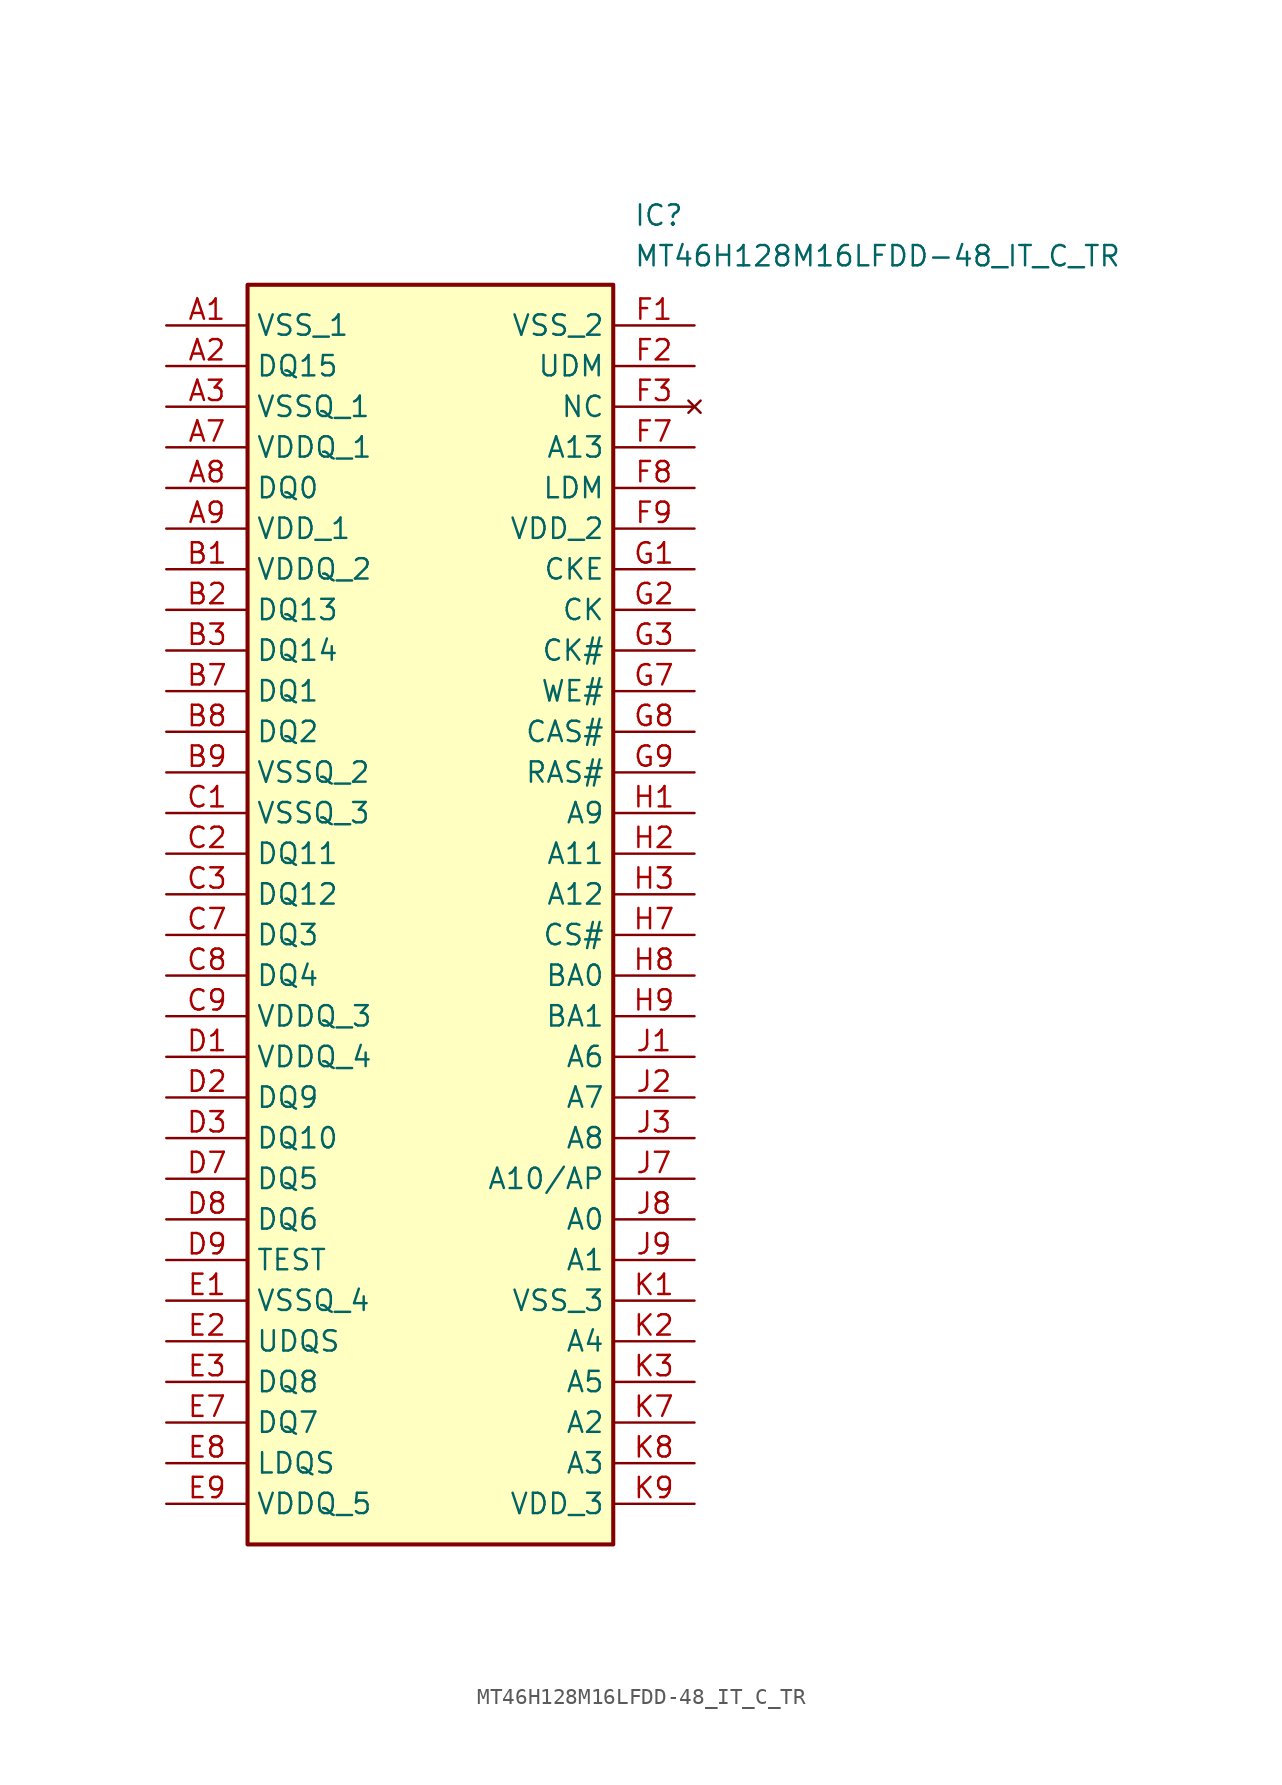
<source format=kicad_sym>
(kicad_symbol_lib
  (version 20211014)
  (generator SamacSys_ECAD_Model)
  (symbol "MT46H128M16LFDD-48_IT_C_TR"
    (property "Reference" "IC"
      (at 29.21 7.62 0)
      (effects (font (size 1.27 1.27)) (justify left top)))
    (property "Value" "MT46H128M16LFDD-48_IT_C_TR"
      (at 29.21 5.08 0)
      (effects (font (size 1.27 1.27)) (justify left top)))
    (rectangle
      (start 5.08 2.54)
      (end 27.94 -76.2)
      (stroke (width 0.254) (type default))
      (fill (type background)))
    (pin passive line
      (at 0 0 0)
      (length 5.08)
      (name "VSS_1" (effects (font (size 1.27 1.27))))
      (number "A1" (effects (font (size 1.27 1.27)))))
    (pin passive line
      (at 0 -2.54 0)
      (length 5.08)
      (name "DQ15" (effects (font (size 1.27 1.27))))
      (number "A2" (effects (font (size 1.27 1.27)))))
    (pin passive line
      (at 0 -5.08 0)
      (length 5.08)
      (name "VSSQ_1" (effects (font (size 1.27 1.27))))
      (number "A3" (effects (font (size 1.27 1.27)))))
    (pin passive line
      (at 0 -7.62 0)
      (length 5.08)
      (name "VDDQ_1" (effects (font (size 1.27 1.27))))
      (number "A7" (effects (font (size 1.27 1.27)))))
    (pin passive line
      (at 0 -10.16 0)
      (length 5.08)
      (name "DQ0" (effects (font (size 1.27 1.27))))
      (number "A8" (effects (font (size 1.27 1.27)))))
    (pin passive line
      (at 0 -12.7 0)
      (length 5.08)
      (name "VDD_1" (effects (font (size 1.27 1.27))))
      (number "A9" (effects (font (size 1.27 1.27)))))
    (pin passive line
      (at 0 -15.24 0)
      (length 5.08)
      (name "VDDQ_2" (effects (font (size 1.27 1.27))))
      (number "B1" (effects (font (size 1.27 1.27)))))
    (pin passive line
      (at 0 -17.78 0)
      (length 5.08)
      (name "DQ13" (effects (font (size 1.27 1.27))))
      (number "B2" (effects (font (size 1.27 1.27)))))
    (pin passive line
      (at 0 -20.32 0)
      (length 5.08)
      (name "DQ14" (effects (font (size 1.27 1.27))))
      (number "B3" (effects (font (size 1.27 1.27)))))
    (pin passive line
      (at 0 -22.86 0)
      (length 5.08)
      (name "DQ1" (effects (font (size 1.27 1.27))))
      (number "B7" (effects (font (size 1.27 1.27)))))
    (pin passive line
      (at 0 -25.4 0)
      (length 5.08)
      (name "DQ2" (effects (font (size 1.27 1.27))))
      (number "B8" (effects (font (size 1.27 1.27)))))
    (pin passive line
      (at 0 -27.94 0)
      (length 5.08)
      (name "VSSQ_2" (effects (font (size 1.27 1.27))))
      (number "B9" (effects (font (size 1.27 1.27)))))
    (pin passive line
      (at 0 -30.48 0)
      (length 5.08)
      (name "VSSQ_3" (effects (font (size 1.27 1.27))))
      (number "C1" (effects (font (size 1.27 1.27)))))
    (pin passive line
      (at 0 -33.02 0)
      (length 5.08)
      (name "DQ11" (effects (font (size 1.27 1.27))))
      (number "C2" (effects (font (size 1.27 1.27)))))
    (pin passive line
      (at 0 -35.56 0)
      (length 5.08)
      (name "DQ12" (effects (font (size 1.27 1.27))))
      (number "C3" (effects (font (size 1.27 1.27)))))
    (pin passive line
      (at 0 -38.1 0)
      (length 5.08)
      (name "DQ3" (effects (font (size 1.27 1.27))))
      (number "C7" (effects (font (size 1.27 1.27)))))
    (pin passive line
      (at 0 -40.64 0)
      (length 5.08)
      (name "DQ4" (effects (font (size 1.27 1.27))))
      (number "C8" (effects (font (size 1.27 1.27)))))
    (pin passive line
      (at 0 -43.18 0)
      (length 5.08)
      (name "VDDQ_3" (effects (font (size 1.27 1.27))))
      (number "C9" (effects (font (size 1.27 1.27)))))
    (pin passive line
      (at 0 -45.72 0)
      (length 5.08)
      (name "VDDQ_4" (effects (font (size 1.27 1.27))))
      (number "D1" (effects (font (size 1.27 1.27)))))
    (pin passive line
      (at 0 -48.26 0)
      (length 5.08)
      (name "DQ9" (effects (font (size 1.27 1.27))))
      (number "D2" (effects (font (size 1.27 1.27)))))
    (pin passive line
      (at 0 -50.8 0)
      (length 5.08)
      (name "DQ10" (effects (font (size 1.27 1.27))))
      (number "D3" (effects (font (size 1.27 1.27)))))
    (pin passive line
      (at 0 -53.34 0)
      (length 5.08)
      (name "DQ5" (effects (font (size 1.27 1.27))))
      (number "D7" (effects (font (size 1.27 1.27)))))
    (pin passive line
      (at 0 -55.88 0)
      (length 5.08)
      (name "DQ6" (effects (font (size 1.27 1.27))))
      (number "D8" (effects (font (size 1.27 1.27)))))
    (pin passive line
      (at 0 -58.42 0)
      (length 5.08)
      (name "TEST" (effects (font (size 1.27 1.27))))
      (number "D9" (effects (font (size 1.27 1.27)))))
    (pin passive line
      (at 0 -60.96 0)
      (length 5.08)
      (name "VSSQ_4" (effects (font (size 1.27 1.27))))
      (number "E1" (effects (font (size 1.27 1.27)))))
    (pin passive line
      (at 0 -63.5 0)
      (length 5.08)
      (name "UDQS" (effects (font (size 1.27 1.27))))
      (number "E2" (effects (font (size 1.27 1.27)))))
    (pin passive line
      (at 0 -66.04 0)
      (length 5.08)
      (name "DQ8" (effects (font (size 1.27 1.27))))
      (number "E3" (effects (font (size 1.27 1.27)))))
    (pin passive line
      (at 0 -68.58 0)
      (length 5.08)
      (name "DQ7" (effects (font (size 1.27 1.27))))
      (number "E7" (effects (font (size 1.27 1.27)))))
    (pin passive line
      (at 0 -71.12 0)
      (length 5.08)
      (name "LDQS" (effects (font (size 1.27 1.27))))
      (number "E8" (effects (font (size 1.27 1.27)))))
    (pin passive line
      (at 0 -73.66 0)
      (length 5.08)
      (name "VDDQ_5" (effects (font (size 1.27 1.27))))
      (number "E9" (effects (font (size 1.27 1.27)))))
    (pin passive line
      (at 33.02 0 180)
      (length 5.08)
      (name "VSS_2" (effects (font (size 1.27 1.27))))
      (number "F1" (effects (font (size 1.27 1.27)))))
    (pin passive line
      (at 33.02 -2.54 180)
      (length 5.08)
      (name "UDM" (effects (font (size 1.27 1.27))))
      (number "F2" (effects (font (size 1.27 1.27)))))
    (pin no_connect line
      (at 33.02 -5.08 180)
      (length 5.08)
      (name "NC" (effects (font (size 1.27 1.27))))
      (number "F3" (effects (font (size 1.27 1.27)))))
    (pin passive line
      (at 33.02 -7.62 180)
      (length 5.08)
      (name "A13" (effects (font (size 1.27 1.27))))
      (number "F7" (effects (font (size 1.27 1.27)))))
    (pin passive line
      (at 33.02 -10.16 180)
      (length 5.08)
      (name "LDM" (effects (font (size 1.27 1.27))))
      (number "F8" (effects (font (size 1.27 1.27)))))
    (pin passive line
      (at 33.02 -12.7 180)
      (length 5.08)
      (name "VDD_2" (effects (font (size 1.27 1.27))))
      (number "F9" (effects (font (size 1.27 1.27)))))
    (pin passive line
      (at 33.02 -15.24 180)
      (length 5.08)
      (name "CKE" (effects (font (size 1.27 1.27))))
      (number "G1" (effects (font (size 1.27 1.27)))))
    (pin passive line
      (at 33.02 -17.78 180)
      (length 5.08)
      (name "CK" (effects (font (size 1.27 1.27))))
      (number "G2" (effects (font (size 1.27 1.27)))))
    (pin passive line
      (at 33.02 -20.32 180)
      (length 5.08)
      (name "CK#" (effects (font (size 1.27 1.27))))
      (number "G3" (effects (font (size 1.27 1.27)))))
    (pin passive line
      (at 33.02 -22.86 180)
      (length 5.08)
      (name "WE#" (effects (font (size 1.27 1.27))))
      (number "G7" (effects (font (size 1.27 1.27)))))
    (pin passive line
      (at 33.02 -25.4 180)
      (length 5.08)
      (name "CAS#" (effects (font (size 1.27 1.27))))
      (number "G8" (effects (font (size 1.27 1.27)))))
    (pin passive line
      (at 33.02 -27.94 180)
      (length 5.08)
      (name "RAS#" (effects (font (size 1.27 1.27))))
      (number "G9" (effects (font (size 1.27 1.27)))))
    (pin passive line
      (at 33.02 -30.48 180)
      (length 5.08)
      (name "A9" (effects (font (size 1.27 1.27))))
      (number "H1" (effects (font (size 1.27 1.27)))))
    (pin passive line
      (at 33.02 -33.02 180)
      (length 5.08)
      (name "A11" (effects (font (size 1.27 1.27))))
      (number "H2" (effects (font (size 1.27 1.27)))))
    (pin passive line
      (at 33.02 -35.56 180)
      (length 5.08)
      (name "A12" (effects (font (size 1.27 1.27))))
      (number "H3" (effects (font (size 1.27 1.27)))))
    (pin passive line
      (at 33.02 -38.1 180)
      (length 5.08)
      (name "CS#" (effects (font (size 1.27 1.27))))
      (number "H7" (effects (font (size 1.27 1.27)))))
    (pin passive line
      (at 33.02 -40.64 180)
      (length 5.08)
      (name "BA0" (effects (font (size 1.27 1.27))))
      (number "H8" (effects (font (size 1.27 1.27)))))
    (pin passive line
      (at 33.02 -43.18 180)
      (length 5.08)
      (name "BA1" (effects (font (size 1.27 1.27))))
      (number "H9" (effects (font (size 1.27 1.27)))))
    (pin passive line
      (at 33.02 -45.72 180)
      (length 5.08)
      (name "A6" (effects (font (size 1.27 1.27))))
      (number "J1" (effects (font (size 1.27 1.27)))))
    (pin passive line
      (at 33.02 -48.26 180)
      (length 5.08)
      (name "A7" (effects (font (size 1.27 1.27))))
      (number "J2" (effects (font (size 1.27 1.27)))))
    (pin passive line
      (at 33.02 -50.8 180)
      (length 5.08)
      (name "A8" (effects (font (size 1.27 1.27))))
      (number "J3" (effects (font (size 1.27 1.27)))))
    (pin passive line
      (at 33.02 -53.34 180)
      (length 5.08)
      (name "A10/AP" (effects (font (size 1.27 1.27))))
      (number "J7" (effects (font (size 1.27 1.27)))))
    (pin passive line
      (at 33.02 -55.88 180)
      (length 5.08)
      (name "A0" (effects (font (size 1.27 1.27))))
      (number "J8" (effects (font (size 1.27 1.27)))))
    (pin passive line
      (at 33.02 -58.42 180)
      (length 5.08)
      (name "A1" (effects (font (size 1.27 1.27))))
      (number "J9" (effects (font (size 1.27 1.27)))))
    (pin passive line
      (at 33.02 -60.96 180)
      (length 5.08)
      (name "VSS_3" (effects (font (size 1.27 1.27))))
      (number "K1" (effects (font (size 1.27 1.27)))))
    (pin passive line
      (at 33.02 -63.5 180)
      (length 5.08)
      (name "A4" (effects (font (size 1.27 1.27))))
      (number "K2" (effects (font (size 1.27 1.27)))))
    (pin passive line
      (at 33.02 -66.04 180)
      (length 5.08)
      (name "A5" (effects (font (size 1.27 1.27))))
      (number "K3" (effects (font (size 1.27 1.27)))))
    (pin passive line
      (at 33.02 -68.58 180)
      (length 5.08)
      (name "A2" (effects (font (size 1.27 1.27))))
      (number "K7" (effects (font (size 1.27 1.27)))))
    (pin passive line
      (at 33.02 -71.12 180)
      (length 5.08)
      (name "A3" (effects (font (size 1.27 1.27))))
      (number "K8" (effects (font (size 1.27 1.27)))))
    (pin passive line
      (at 33.02 -73.66 180)
      (length 5.08)
      (name "VDD_3" (effects (font (size 1.27 1.27))))
      (number "K9" (effects (font (size 1.27 1.27)))))))
</source>
